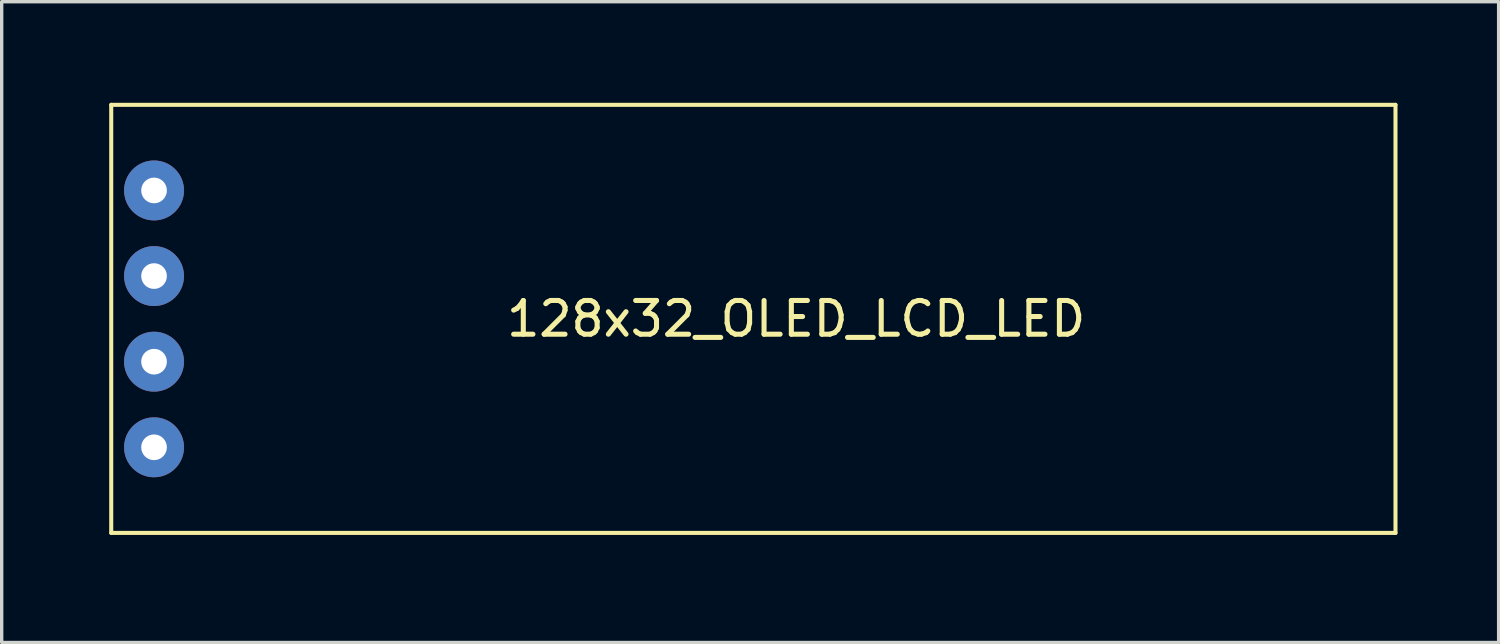
<source format=kicad_pcb>
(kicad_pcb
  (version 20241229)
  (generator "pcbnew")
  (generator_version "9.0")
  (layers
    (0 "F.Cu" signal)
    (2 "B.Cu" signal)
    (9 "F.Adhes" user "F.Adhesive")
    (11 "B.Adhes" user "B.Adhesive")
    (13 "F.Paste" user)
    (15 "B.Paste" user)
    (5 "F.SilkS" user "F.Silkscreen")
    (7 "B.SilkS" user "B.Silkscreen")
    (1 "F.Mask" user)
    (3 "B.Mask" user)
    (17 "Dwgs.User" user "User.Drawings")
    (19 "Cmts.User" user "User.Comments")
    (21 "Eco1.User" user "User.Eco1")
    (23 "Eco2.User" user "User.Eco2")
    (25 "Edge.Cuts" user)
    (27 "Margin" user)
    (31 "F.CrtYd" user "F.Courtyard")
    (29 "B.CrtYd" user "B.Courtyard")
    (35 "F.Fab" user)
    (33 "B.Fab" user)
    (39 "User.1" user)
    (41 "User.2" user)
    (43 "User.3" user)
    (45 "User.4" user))
  (footprint "128x32_OLED_LCD_LED"
    (layer "F.Cu")
    (at 0.25 12.76)
    (property "Reference" "128x32_OLED_LCD_LED" (at 20.32 -6.35 0) (layer "F.SilkS") (effects (font (size 1 1) (thickness 0.15))))
    (attr through_hole)
    (fp_line (start 0 -12.7) (end 0 0) (stroke (width 0.12) (type solid)) (layer "F.SilkS"))
    (fp_line (start 0 0) (end 38.1 0) (stroke (width 0.12) (type solid)) (layer "F.SilkS"))
    (fp_line (start 38.1 -12.7) (end 0 -12.7) (stroke (width 0.12) (type solid)) (layer "F.SilkS"))
    (fp_line (start 38.1 0) (end 38.1 -12.7) (stroke (width 0.12) (type solid)) (layer "F.SilkS"))
    (pad "1" thru_hole circle (at 1.27 -10.16) (size 1.778 1.778) (drill 0.762) (layers "*.Cu" "*.Mask"))
    (pad "2" thru_hole circle (at 1.27 -7.62) (size 1.778 1.778) (drill 0.762) (layers "*.Cu" "*.Mask"))
    (pad "3" thru_hole circle (at 1.27 -5.08) (size 1.778 1.778) (drill 0.762) (layers "*.Cu" "*.Mask"))
    (pad "4" thru_hole circle (at 1.27 -2.54) (size 1.778 1.778) (drill 0.762) (layers "*.Cu" "*.Mask")))
  (gr_rect
    (start -3 -3)
    (end 41.41 16.01)
    (stroke (width 0.1) (type default))
    (fill no)
    (layer "Edge.Cuts")))
</source>
